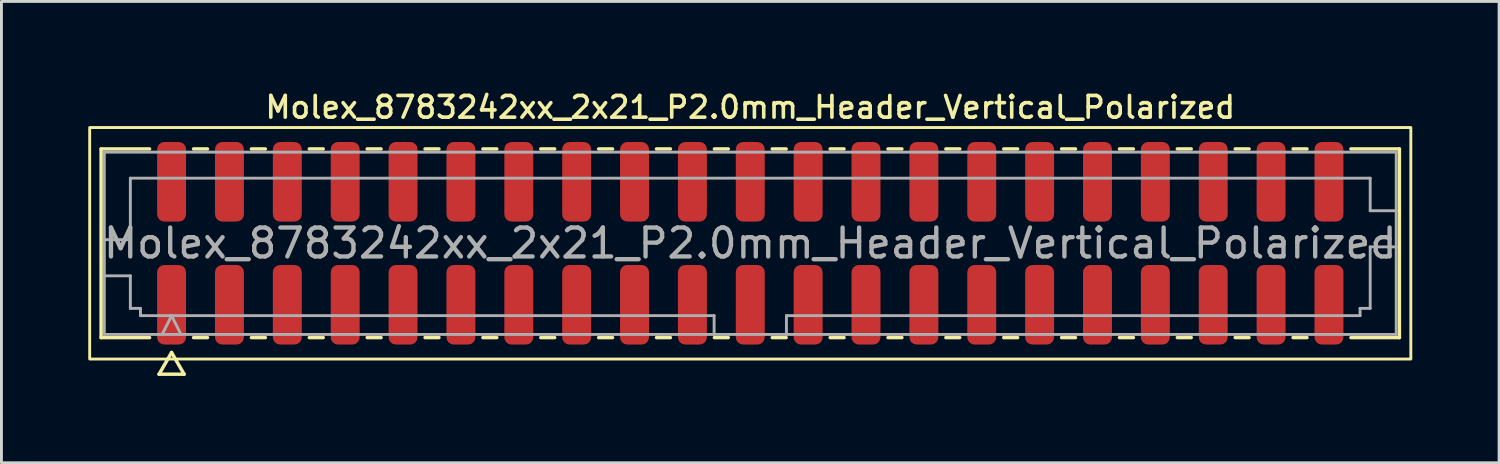
<source format=kicad_pcb>
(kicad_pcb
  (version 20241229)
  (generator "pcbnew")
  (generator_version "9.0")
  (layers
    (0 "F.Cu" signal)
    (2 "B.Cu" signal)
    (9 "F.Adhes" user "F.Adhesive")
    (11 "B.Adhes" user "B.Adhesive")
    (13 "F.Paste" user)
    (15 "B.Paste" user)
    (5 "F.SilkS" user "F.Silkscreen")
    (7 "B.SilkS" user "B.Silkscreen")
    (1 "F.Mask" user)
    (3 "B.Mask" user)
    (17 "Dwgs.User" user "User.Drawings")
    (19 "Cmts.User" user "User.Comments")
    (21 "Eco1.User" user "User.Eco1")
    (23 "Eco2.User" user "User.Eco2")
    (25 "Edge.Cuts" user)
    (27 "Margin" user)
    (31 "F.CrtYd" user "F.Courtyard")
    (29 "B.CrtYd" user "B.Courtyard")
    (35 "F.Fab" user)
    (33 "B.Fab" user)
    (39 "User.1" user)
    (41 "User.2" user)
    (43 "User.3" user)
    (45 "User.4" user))
  (footprint "Molex_8783242xx_2x21_P2.0mm_Header_Vertical_Polarized"
    (layer "F.Cu")
    (at 22.88 5.358)
    (property "Reference" "Molex_8783242xx_2x21_P2.0mm_Header_Vertical_Polarized" (at 0 -4.7 0) (layer "F.SilkS") (effects (font (size 0.75 0.75) (thickness 0.125))))
    (attr smd)
    (fp_line (start -22.435 -3.26) (end -20.76 -3.26) (stroke (width 0.12) (type solid)) (layer "F.SilkS"))
    (fp_line (start -22.435 3.26) (end -22.435 -3.26) (stroke (width 0.12) (type solid)) (layer "F.SilkS"))
    (fp_line (start -20.76 3.26) (end -22.435 3.26) (stroke (width 0.12) (type solid)) (layer "F.SilkS"))
    (fp_line (start -20.433 4.525) (end -20 3.775) (stroke (width 0.12) (type solid)) (layer "F.SilkS"))
    (fp_line (start -20 3.775) (end -19.567 4.525) (stroke (width 0.12) (type solid)) (layer "F.SilkS"))
    (fp_line (start -19.567 4.525) (end -20.433 4.525) (stroke (width 0.12) (type solid)) (layer "F.SilkS"))
    (fp_line (start -19.24 -3.26) (end -18.76 -3.26) (stroke (width 0.12) (type solid)) (layer "F.SilkS"))
    (fp_line (start -18.76 3.26) (end -19.24 3.26) (stroke (width 0.12) (type solid)) (layer "F.SilkS"))
    (fp_line (start -17.24 -3.26) (end -16.76 -3.26) (stroke (width 0.12) (type solid)) (layer "F.SilkS"))
    (fp_line (start -16.76 3.26) (end -17.24 3.26) (stroke (width 0.12) (type solid)) (layer "F.SilkS"))
    (fp_line (start -15.24 -3.26) (end -14.76 -3.26) (stroke (width 0.12) (type solid)) (layer "F.SilkS"))
    (fp_line (start -14.76 3.26) (end -15.24 3.26) (stroke (width 0.12) (type solid)) (layer "F.SilkS"))
    (fp_line (start -13.24 -3.26) (end -12.76 -3.26) (stroke (width 0.12) (type solid)) (layer "F.SilkS"))
    (fp_line (start -12.76 3.26) (end -13.24 3.26) (stroke (width 0.12) (type solid)) (layer "F.SilkS"))
    (fp_line (start -11.24 -3.26) (end -10.76 -3.26) (stroke (width 0.12) (type solid)) (layer "F.SilkS"))
    (fp_line (start -10.76 3.26) (end -11.24 3.26) (stroke (width 0.12) (type solid)) (layer "F.SilkS"))
    (fp_line (start -9.24 -3.26) (end -8.76 -3.26) (stroke (width 0.12) (type solid)) (layer "F.SilkS"))
    (fp_line (start -8.76 3.26) (end -9.24 3.26) (stroke (width 0.12) (type solid)) (layer "F.SilkS"))
    (fp_line (start -7.24 -3.26) (end -6.76 -3.26) (stroke (width 0.12) (type solid)) (layer "F.SilkS"))
    (fp_line (start -6.76 3.26) (end -7.24 3.26) (stroke (width 0.12) (type solid)) (layer "F.SilkS"))
    (fp_line (start -5.24 -3.26) (end -4.76 -3.26) (stroke (width 0.12) (type solid)) (layer "F.SilkS"))
    (fp_line (start -4.76 3.26) (end -5.24 3.26) (stroke (width 0.12) (type solid)) (layer "F.SilkS"))
    (fp_line (start -3.24 -3.26) (end -2.76 -3.26) (stroke (width 0.12) (type solid)) (layer "F.SilkS"))
    (fp_line (start -2.76 3.26) (end -3.24 3.26) (stroke (width 0.12) (type solid)) (layer "F.SilkS"))
    (fp_line (start -1.24 -3.26) (end -0.76 -3.26) (stroke (width 0.12) (type solid)) (layer "F.SilkS"))
    (fp_line (start -0.76 3.26) (end -1.24 3.26) (stroke (width 0.12) (type solid)) (layer "F.SilkS"))
    (fp_line (start 0.76 -3.26) (end 1.24 -3.26) (stroke (width 0.12) (type solid)) (layer "F.SilkS"))
    (fp_line (start 1.24 3.26) (end 0.76 3.26) (stroke (width 0.12) (type solid)) (layer "F.SilkS"))
    (fp_line (start 2.76 -3.26) (end 3.24 -3.26) (stroke (width 0.12) (type solid)) (layer "F.SilkS"))
    (fp_line (start 3.24 3.26) (end 2.76 3.26) (stroke (width 0.12) (type solid)) (layer "F.SilkS"))
    (fp_line (start 4.76 -3.26) (end 5.24 -3.26) (stroke (width 0.12) (type solid)) (layer "F.SilkS"))
    (fp_line (start 5.24 3.26) (end 4.76 3.26) (stroke (width 0.12) (type solid)) (layer "F.SilkS"))
    (fp_line (start 6.76 -3.26) (end 7.24 -3.26) (stroke (width 0.12) (type solid)) (layer "F.SilkS"))
    (fp_line (start 7.24 3.26) (end 6.76 3.26) (stroke (width 0.12) (type solid)) (layer "F.SilkS"))
    (fp_line (start 8.76 -3.26) (end 9.24 -3.26) (stroke (width 0.12) (type solid)) (layer "F.SilkS"))
    (fp_line (start 9.24 3.26) (end 8.76 3.26) (stroke (width 0.12) (type solid)) (layer "F.SilkS"))
    (fp_line (start 10.76 -3.26) (end 11.24 -3.26) (stroke (width 0.12) (type solid)) (layer "F.SilkS"))
    (fp_line (start 11.24 3.26) (end 10.76 3.26) (stroke (width 0.12) (type solid)) (layer "F.SilkS"))
    (fp_line (start 12.76 -3.26) (end 13.24 -3.26) (stroke (width 0.12) (type solid)) (layer "F.SilkS"))
    (fp_line (start 13.24 3.26) (end 12.76 3.26) (stroke (width 0.12) (type solid)) (layer "F.SilkS"))
    (fp_line (start 14.76 -3.26) (end 15.24 -3.26) (stroke (width 0.12) (type solid)) (layer "F.SilkS"))
    (fp_line (start 15.24 3.26) (end 14.76 3.26) (stroke (width 0.12) (type solid)) (layer "F.SilkS"))
    (fp_line (start 16.76 -3.26) (end 17.24 -3.26) (stroke (width 0.12) (type solid)) (layer "F.SilkS"))
    (fp_line (start 17.24 3.26) (end 16.76 3.26) (stroke (width 0.12) (type solid)) (layer "F.SilkS"))
    (fp_line (start 18.76 -3.26) (end 19.24 -3.26) (stroke (width 0.12) (type solid)) (layer "F.SilkS"))
    (fp_line (start 19.24 3.26) (end 18.76 3.26) (stroke (width 0.12) (type solid)) (layer "F.SilkS"))
    (fp_line (start 20.76 -3.26) (end 22.435 -3.26) (stroke (width 0.12) (type solid)) (layer "F.SilkS"))
    (fp_line (start 22.435 -3.26) (end 22.435 3.26) (stroke (width 0.12) (type solid)) (layer "F.SilkS"))
    (fp_line (start 22.435 3.26) (end 20.76 3.26) (stroke (width 0.12) (type solid)) (layer "F.SilkS"))
    (fp_rect (start -22.83 -4) (end 22.83 4) (stroke (width 0.1) (type solid)) (fill no) (layer "F.SilkS"))
    (fp_line (start -22.325 -3.15) (end 22.325 -3.15) (stroke (width 0.1) (type solid)) (layer "F.Fab"))
    (fp_line (start -22.325 -0.125) (end -21.425 -0.125) (stroke (width 0.1) (type solid)) (layer "F.Fab"))
    (fp_line (start -22.325 1.125) (end -21.425 1.125) (stroke (width 0.1) (type solid)) (layer "F.Fab"))
    (fp_line (start -22.325 3.15) (end -22.325 -3.15) (stroke (width 0.1) (type solid)) (layer "F.Fab"))
    (fp_line (start -21.425 -2.25) (end 21.425 -2.25) (stroke (width 0.1) (type solid)) (layer "F.Fab"))
    (fp_line (start -21.425 -0.125) (end -21.425 -2.25) (stroke (width 0.1) (type solid)) (layer "F.Fab"))
    (fp_line (start -21.425 1.125) (end -21.425 2.25) (stroke (width 0.1) (type solid)) (layer "F.Fab"))
    (fp_line (start -21.425 2.25) (end -21.075 2.25) (stroke (width 0.1) (type solid)) (layer "F.Fab"))
    (fp_line (start -21.075 2.25) (end -21.075 2.5) (stroke (width 0.1) (type solid)) (layer "F.Fab"))
    (fp_line (start -21.075 2.5) (end -1.25 2.5) (stroke (width 0.1) (type solid)) (layer "F.Fab"))
    (fp_line (start -20.325 3.15) (end -20 2.5) (stroke (width 0.1) (type solid)) (layer "F.Fab"))
    (fp_line (start -20 2.5) (end -19.675 3.15) (stroke (width 0.1) (type solid)) (layer "F.Fab"))
    (fp_line (start -1.25 2.5) (end -1.25 3.15) (stroke (width 0.1) (type solid)) (layer "F.Fab"))
    (fp_line (start 1.25 2.5) (end 1.25 3.15) (stroke (width 0.1) (type solid)) (layer "F.Fab"))
    (fp_line (start 1.25 2.5) (end 21.075 2.5) (stroke (width 0.1) (type solid)) (layer "F.Fab"))
    (fp_line (start 21.075 2.25) (end 21.425 2.25) (stroke (width 0.1) (type solid)) (layer "F.Fab"))
    (fp_line (start 21.075 2.5) (end 21.075 2.25) (stroke (width 0.1) (type solid)) (layer "F.Fab"))
    (fp_line (start 21.425 -2.25) (end 21.425 -1.125) (stroke (width 0.1) (type solid)) (layer "F.Fab"))
    (fp_line (start 21.425 -1.125) (end 22.325 -1.125) (stroke (width 0.1) (type solid)) (layer "F.Fab"))
    (fp_line (start 21.425 0.125) (end 22.325 0.125) (stroke (width 0.1) (type solid)) (layer "F.Fab"))
    (fp_line (start 21.425 2.25) (end 21.425 0.125) (stroke (width 0.1) (type solid)) (layer "F.Fab"))
    (fp_line (start 22.325 -3.15) (end 22.325 3.15) (stroke (width 0.1) (type solid)) (layer "F.Fab"))
    (fp_line (start 22.325 3.15) (end -22.325 3.15) (stroke (width 0.1) (type solid)) (layer "F.Fab"))
    (fp_text user "${REFERENCE}" (at 0 0 0) (layer "F.Fab") (effects (font (size 1 1) (thickness 0.15))))
    (pad "1" smd roundrect (at -20 2.125) (size 1 2.75) (layers "F.Cu" "F.Mask" "F.Paste") (roundrect_rratio 0.25))
    (pad "2" smd roundrect (at -20 -2.125) (size 1 2.75) (layers "F.Cu" "F.Mask" "F.Paste") (roundrect_rratio 0.25))
    (pad "3" smd roundrect (at -18 2.125) (size 1 2.75) (layers "F.Cu" "F.Mask" "F.Paste") (roundrect_rratio 0.25))
    (pad "4" smd roundrect (at -18 -2.125) (size 1 2.75) (layers "F.Cu" "F.Mask" "F.Paste") (roundrect_rratio 0.25))
    (pad "5" smd roundrect (at -16 2.125) (size 1 2.75) (layers "F.Cu" "F.Mask" "F.Paste") (roundrect_rratio 0.25))
    (pad "6" smd roundrect (at -16 -2.125) (size 1 2.75) (layers "F.Cu" "F.Mask" "F.Paste") (roundrect_rratio 0.25))
    (pad "7" smd roundrect (at -14 2.125) (size 1 2.75) (layers "F.Cu" "F.Mask" "F.Paste") (roundrect_rratio 0.25))
    (pad "8" smd roundrect (at -14 -2.125) (size 1 2.75) (layers "F.Cu" "F.Mask" "F.Paste") (roundrect_rratio 0.25))
    (pad "9" smd roundrect (at -12 2.125) (size 1 2.75) (layers "F.Cu" "F.Mask" "F.Paste") (roundrect_rratio 0.25))
    (pad "10" smd roundrect (at -12 -2.125) (size 1 2.75) (layers "F.Cu" "F.Mask" "F.Paste") (roundrect_rratio 0.25))
    (pad "11" smd roundrect (at -10 2.125) (size 1 2.75) (layers "F.Cu" "F.Mask" "F.Paste") (roundrect_rratio 0.25))
    (pad "12" smd roundrect (at -10 -2.125) (size 1 2.75) (layers "F.Cu" "F.Mask" "F.Paste") (roundrect_rratio 0.25))
    (pad "13" smd roundrect (at -8 2.125) (size 1 2.75) (layers "F.Cu" "F.Mask" "F.Paste") (roundrect_rratio 0.25))
    (pad "14" smd roundrect (at -8 -2.125) (size 1 2.75) (layers "F.Cu" "F.Mask" "F.Paste") (roundrect_rratio 0.25))
    (pad "15" smd roundrect (at -6 2.125) (size 1 2.75) (layers "F.Cu" "F.Mask" "F.Paste") (roundrect_rratio 0.25))
    (pad "16" smd roundrect (at -6 -2.125) (size 1 2.75) (layers "F.Cu" "F.Mask" "F.Paste") (roundrect_rratio 0.25))
    (pad "17" smd roundrect (at -4 2.125) (size 1 2.75) (layers "F.Cu" "F.Mask" "F.Paste") (roundrect_rratio 0.25))
    (pad "18" smd roundrect (at -4 -2.125) (size 1 2.75) (layers "F.Cu" "F.Mask" "F.Paste") (roundrect_rratio 0.25))
    (pad "19" smd roundrect (at -2 2.125) (size 1 2.75) (layers "F.Cu" "F.Mask" "F.Paste") (roundrect_rratio 0.25))
    (pad "20" smd roundrect (at -2 -2.125) (size 1 2.75) (layers "F.Cu" "F.Mask" "F.Paste") (roundrect_rratio 0.25))
    (pad "21" smd roundrect (at 0 2.125) (size 1 2.75) (layers "F.Cu" "F.Mask" "F.Paste") (roundrect_rratio 0.25))
    (pad "22" smd roundrect (at 0 -2.125) (size 1 2.75) (layers "F.Cu" "F.Mask" "F.Paste") (roundrect_rratio 0.25))
    (pad "23" smd roundrect (at 2 2.125) (size 1 2.75) (layers "F.Cu" "F.Mask" "F.Paste") (roundrect_rratio 0.25))
    (pad "24" smd roundrect (at 2 -2.125) (size 1 2.75) (layers "F.Cu" "F.Mask" "F.Paste") (roundrect_rratio 0.25))
    (pad "25" smd roundrect (at 4 2.125) (size 1 2.75) (layers "F.Cu" "F.Mask" "F.Paste") (roundrect_rratio 0.25))
    (pad "26" smd roundrect (at 4 -2.125) (size 1 2.75) (layers "F.Cu" "F.Mask" "F.Paste") (roundrect_rratio 0.25))
    (pad "27" smd roundrect (at 6 2.125) (size 1 2.75) (layers "F.Cu" "F.Mask" "F.Paste") (roundrect_rratio 0.25))
    (pad "28" smd roundrect (at 6 -2.125) (size 1 2.75) (layers "F.Cu" "F.Mask" "F.Paste") (roundrect_rratio 0.25))
    (pad "29" smd roundrect (at 8 2.125) (size 1 2.75) (layers "F.Cu" "F.Mask" "F.Paste") (roundrect_rratio 0.25))
    (pad "30" smd roundrect (at 8 -2.125) (size 1 2.75) (layers "F.Cu" "F.Mask" "F.Paste") (roundrect_rratio 0.25))
    (pad "31" smd roundrect (at 10 2.125) (size 1 2.75) (layers "F.Cu" "F.Mask" "F.Paste") (roundrect_rratio 0.25))
    (pad "32" smd roundrect (at 10 -2.125) (size 1 2.75) (layers "F.Cu" "F.Mask" "F.Paste") (roundrect_rratio 0.25))
    (pad "33" smd roundrect (at 12 2.125) (size 1 2.75) (layers "F.Cu" "F.Mask" "F.Paste") (roundrect_rratio 0.25))
    (pad "34" smd roundrect (at 12 -2.125) (size 1 2.75) (layers "F.Cu" "F.Mask" "F.Paste") (roundrect_rratio 0.25))
    (pad "35" smd roundrect (at 14 2.125) (size 1 2.75) (layers "F.Cu" "F.Mask" "F.Paste") (roundrect_rratio 0.25))
    (pad "36" smd roundrect (at 14 -2.125) (size 1 2.75) (layers "F.Cu" "F.Mask" "F.Paste") (roundrect_rratio 0.25))
    (pad "37" smd roundrect (at 16 2.125) (size 1 2.75) (layers "F.Cu" "F.Mask" "F.Paste") (roundrect_rratio 0.25))
    (pad "38" smd roundrect (at 16 -2.125) (size 1 2.75) (layers "F.Cu" "F.Mask" "F.Paste") (roundrect_rratio 0.25))
    (pad "39" smd roundrect (at 18 2.125) (size 1 2.75) (layers "F.Cu" "F.Mask" "F.Paste") (roundrect_rratio 0.25))
    (pad "40" smd roundrect (at 18 -2.125) (size 1 2.75) (layers "F.Cu" "F.Mask" "F.Paste") (roundrect_rratio 0.25))
    (pad "41" smd roundrect (at 20 2.125) (size 1 2.75) (layers "F.Cu" "F.Mask" "F.Paste") (roundrect_rratio 0.25))
    (pad "42" smd roundrect (at 20 -2.125) (size 1 2.75) (layers "F.Cu" "F.Mask" "F.Paste") (roundrect_rratio 0.25)))
  (gr_rect
    (start -3 -3)
    (end 48.76 12.943)
    (stroke (width 0.1) (type default))
    (fill no)
    (layer "Edge.Cuts")))
</source>
